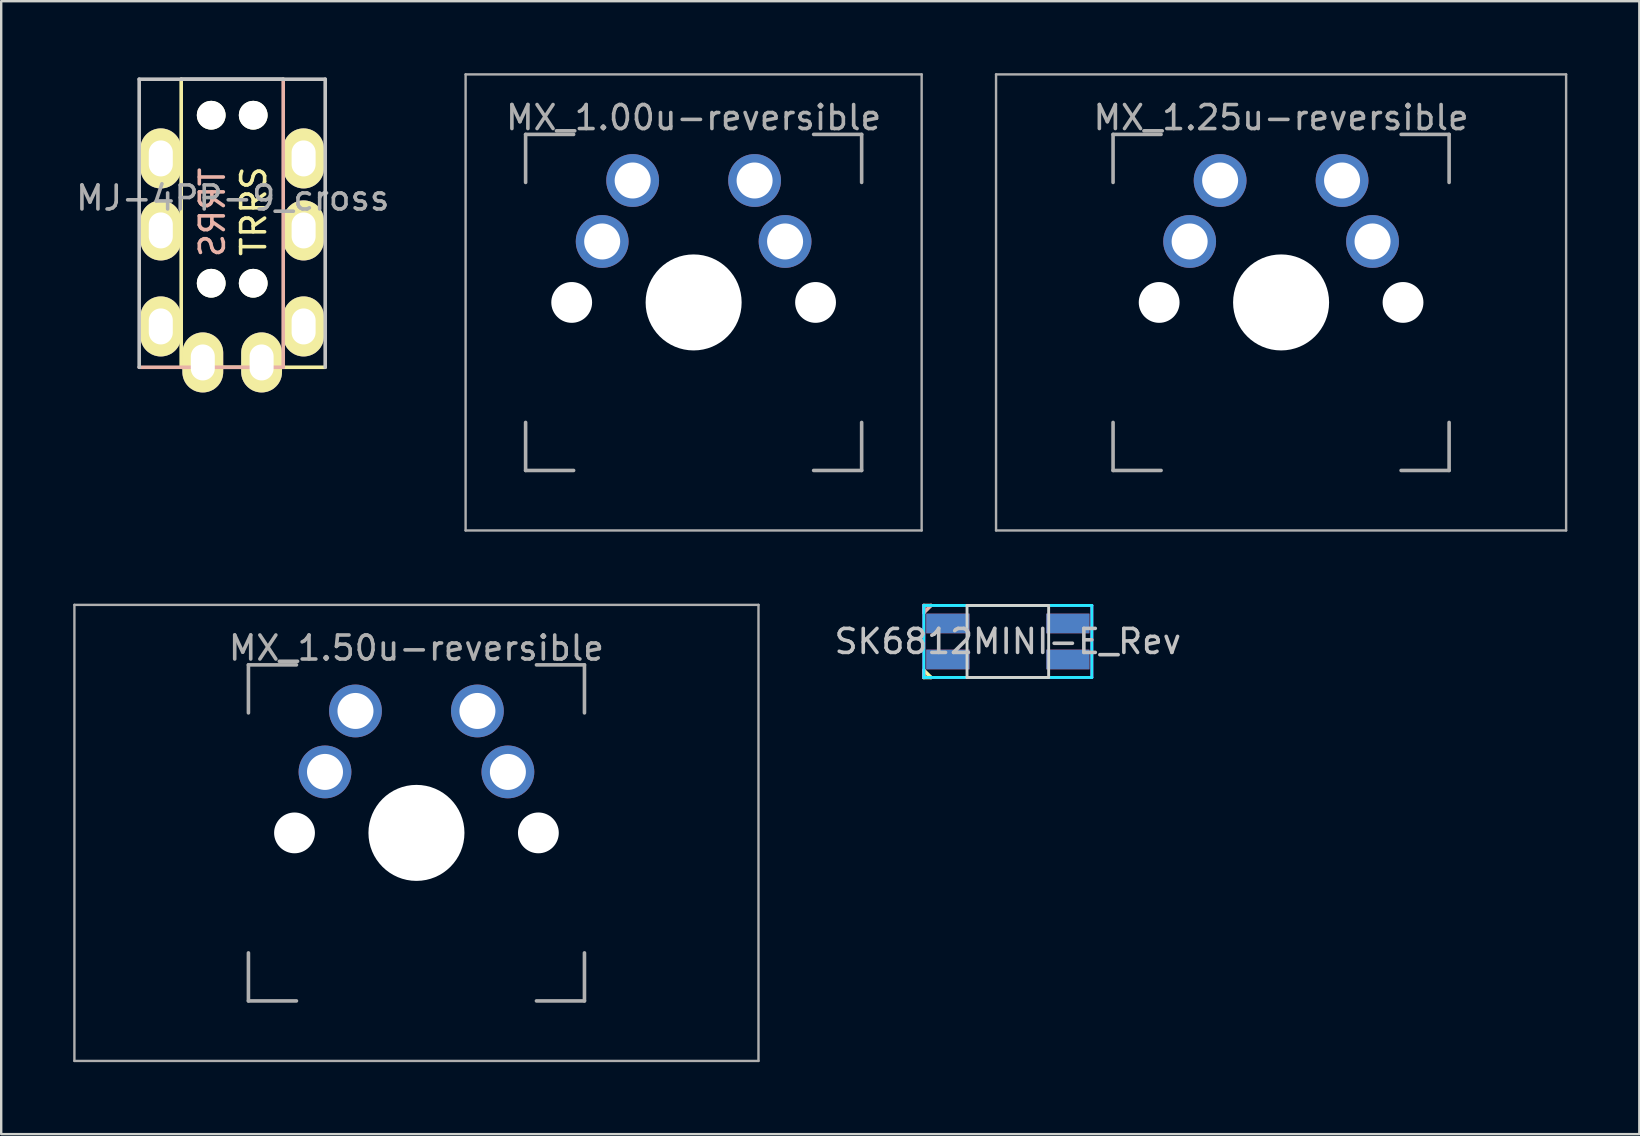
<source format=kicad_pcb>
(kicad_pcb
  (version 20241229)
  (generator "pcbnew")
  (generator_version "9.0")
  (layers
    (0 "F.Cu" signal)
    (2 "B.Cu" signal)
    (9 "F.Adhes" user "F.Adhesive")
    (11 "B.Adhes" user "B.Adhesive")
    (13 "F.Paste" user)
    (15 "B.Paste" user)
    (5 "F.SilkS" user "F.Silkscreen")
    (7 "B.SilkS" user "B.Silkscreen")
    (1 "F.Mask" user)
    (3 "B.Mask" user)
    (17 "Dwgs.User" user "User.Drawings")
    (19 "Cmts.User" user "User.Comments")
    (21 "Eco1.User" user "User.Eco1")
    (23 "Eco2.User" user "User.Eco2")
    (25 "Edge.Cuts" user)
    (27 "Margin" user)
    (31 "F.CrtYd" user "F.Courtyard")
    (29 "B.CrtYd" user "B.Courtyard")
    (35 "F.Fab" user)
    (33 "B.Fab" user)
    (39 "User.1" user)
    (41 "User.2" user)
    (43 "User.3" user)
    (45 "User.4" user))
  (footprint "MX_1.25u-reversible"
    (layer "F.Cu")
    (at 50.323 9.55)
    (property "Reference" "MX_1.25u-reversible" (at 0 -7.7 0) (layer "F.Fab") (effects (font (size 1 1) (thickness 0.15))))
    (attr through_hole)
    (fp_line (start -11.875 -9.5) (end 11.875 -9.5) (stroke (width 0.1) (type solid)) (layer "F.Fab"))
    (fp_line (start -11.875 9.5) (end -11.875 -9.5) (stroke (width 0.1) (type solid)) (layer "F.Fab"))
    (fp_line (start -7 -7) (end -5 -7) (stroke (width 0.15) (type solid)) (layer "F.Fab"))
    (fp_line (start -7 -5) (end -7 -7) (stroke (width 0.15) (type solid)) (layer "F.Fab"))
    (fp_line (start -7 7) (end -7 5) (stroke (width 0.15) (type solid)) (layer "F.Fab"))
    (fp_line (start -7 7) (end -5 7) (stroke (width 0.15) (type solid)) (layer "F.Fab"))
    (fp_line (start 7 -7) (end 5 -7) (stroke (width 0.15) (type solid)) (layer "F.Fab"))
    (fp_line (start 7 -5) (end 7 -7) (stroke (width 0.15) (type solid)) (layer "F.Fab"))
    (fp_line (start 7 7) (end 5 7) (stroke (width 0.15) (type solid)) (layer "F.Fab"))
    (fp_line (start 7 7) (end 7 5) (stroke (width 0.15) (type solid)) (layer "F.Fab"))
    (fp_line (start 11.875 -9.5) (end 11.875 9.5) (stroke (width 0.1) (type solid)) (layer "F.Fab"))
    (fp_line (start 11.875 9.5) (end -11.875 9.5) (stroke (width 0.1) (type solid)) (layer "F.Fab"))
    (pad "" np_thru_hole circle (at -5.08 0) (size 1.7 1.7) (drill 1.7) (layers "*.Cu" "*.Mask"))
    (pad "" np_thru_hole circle (at 0 0) (size 4 4) (drill 4) (layers "*.Cu" "*.Mask"))
    (pad "" np_thru_hole circle (at 5.08 0) (size 1.7 1.7) (drill 1.7) (layers "*.Cu" "*.Mask"))
    (pad "1" thru_hole circle (at -3.81 -2.54) (size 2.2 2.2) (drill 1.5) (layers "*.Cu" "*.Mask"))
    (pad "1" thru_hole circle (at -2.54 -5.08) (size 2.2 2.2) (drill 1.5) (layers "*.Cu" "*.Mask"))
    (pad "2" thru_hole circle (at 2.54 -5.08) (size 2.2 2.2) (drill 1.5) (layers "*.Cu" "*.Mask"))
    (pad "2" thru_hole circle (at 3.81 -2.54) (size 2.2 2.2) (drill 1.5) (layers "*.Cu" "*.Mask")))
  (footprint "MX_1.00u-reversible"
    (layer "F.Cu")
    (at 25.848 9.55)
    (property "Reference" "MX_1.00u-reversible" (at 0 -7.7 0) (layer "F.Fab") (effects (font (size 1 1) (thickness 0.15))))
    (attr through_hole)
    (fp_line (start -9.5 -9.5) (end 9.5 -9.5) (stroke (width 0.1) (type solid)) (layer "F.Fab"))
    (fp_line (start -9.5 9.5) (end -9.5 -9.5) (stroke (width 0.1) (type solid)) (layer "F.Fab"))
    (fp_line (start -7 -7) (end -5 -7) (stroke (width 0.15) (type solid)) (layer "F.Fab"))
    (fp_line (start -7 -5) (end -7 -7) (stroke (width 0.15) (type solid)) (layer "F.Fab"))
    (fp_line (start -7 7) (end -7 5) (stroke (width 0.15) (type solid)) (layer "F.Fab"))
    (fp_line (start -7 7) (end -5 7) (stroke (width 0.15) (type solid)) (layer "F.Fab"))
    (fp_line (start 7 -7) (end 5 -7) (stroke (width 0.15) (type solid)) (layer "F.Fab"))
    (fp_line (start 7 -5) (end 7 -7) (stroke (width 0.15) (type solid)) (layer "F.Fab"))
    (fp_line (start 7 7) (end 5 7) (stroke (width 0.15) (type solid)) (layer "F.Fab"))
    (fp_line (start 7 7) (end 7 5) (stroke (width 0.15) (type solid)) (layer "F.Fab"))
    (fp_line (start 9.5 -9.5) (end 9.5 9.5) (stroke (width 0.1) (type solid)) (layer "F.Fab"))
    (fp_line (start 9.5 9.5) (end -9.5 9.5) (stroke (width 0.1) (type solid)) (layer "F.Fab"))
    (pad "" np_thru_hole circle (at -5.08 0) (size 1.7 1.7) (drill 1.7) (layers "*.Cu" "*.Mask"))
    (pad "" np_thru_hole circle (at 0 0) (size 4 4) (drill 4) (layers "*.Cu" "*.Mask"))
    (pad "" np_thru_hole circle (at 5.08 0) (size 1.7 1.7) (drill 1.7) (layers "*.Cu" "*.Mask"))
    (pad "1" thru_hole circle (at -3.81 -2.54) (size 2.2 2.2) (drill 1.5) (layers "*.Cu" "*.Mask"))
    (pad "1" thru_hole circle (at -2.54 -5.08) (size 2.2 2.2) (drill 1.5) (layers "*.Cu" "*.Mask"))
    (pad "2" thru_hole circle (at 2.54 -5.08) (size 2.2 2.2) (drill 1.5) (layers "*.Cu" "*.Mask"))
    (pad "2" thru_hole circle (at 3.81 -2.54) (size 2.2 2.2) (drill 1.5) (layers "*.Cu" "*.Mask")))
  (footprint "MX_1.50u-reversible"
    (layer "F.Cu")
    (at 14.3 31.65)
    (property "Reference" "MX_1.50u-reversible" (at 0 -7.7 0) (layer "F.Fab") (effects (font (size 1 1) (thickness 0.15))))
    (attr through_hole)
    (fp_line (start -14.25 -9.5) (end 14.25 -9.5) (stroke (width 0.1) (type solid)) (layer "F.Fab"))
    (fp_line (start -14.25 9.5) (end -14.25 -9.5) (stroke (width 0.1) (type solid)) (layer "F.Fab"))
    (fp_line (start -7 -7) (end -5 -7) (stroke (width 0.15) (type solid)) (layer "F.Fab"))
    (fp_line (start -7 -5) (end -7 -7) (stroke (width 0.15) (type solid)) (layer "F.Fab"))
    (fp_line (start -7 7) (end -7 5) (stroke (width 0.15) (type solid)) (layer "F.Fab"))
    (fp_line (start -7 7) (end -5 7) (stroke (width 0.15) (type solid)) (layer "F.Fab"))
    (fp_line (start 7 -7) (end 5 -7) (stroke (width 0.15) (type solid)) (layer "F.Fab"))
    (fp_line (start 7 -5) (end 7 -7) (stroke (width 0.15) (type solid)) (layer "F.Fab"))
    (fp_line (start 7 7) (end 5 7) (stroke (width 0.15) (type solid)) (layer "F.Fab"))
    (fp_line (start 7 7) (end 7 5) (stroke (width 0.15) (type solid)) (layer "F.Fab"))
    (fp_line (start 14.25 -9.5) (end 14.25 9.5) (stroke (width 0.1) (type solid)) (layer "F.Fab"))
    (fp_line (start 14.25 9.5) (end -14.25 9.5) (stroke (width 0.1) (type solid)) (layer "F.Fab"))
    (pad "" np_thru_hole circle (at -5.08 0) (size 1.7 1.7) (drill 1.7) (layers "*.Cu" "*.Mask"))
    (pad "" np_thru_hole circle (at 0 0) (size 4 4) (drill 4) (layers "*.Cu" "*.Mask"))
    (pad "" np_thru_hole circle (at 5.08 0) (size 1.7 1.7) (drill 1.7) (layers "*.Cu" "*.Mask"))
    (pad "1" thru_hole circle (at -3.81 -2.54) (size 2.2 2.2) (drill 1.5) (layers "*.Cu" "*.Mask"))
    (pad "1" thru_hole circle (at -2.54 -5.08) (size 2.2 2.2) (drill 1.5) (layers "*.Cu" "*.Mask"))
    (pad "2" thru_hole circle (at 2.54 -5.08) (size 2.2 2.2) (drill 1.5) (layers "*.Cu" "*.Mask"))
    (pad "2" thru_hole circle (at 3.81 -2.54) (size 2.2 2.2) (drill 1.5) (layers "*.Cu" "*.Mask")))
  (footprint "MJ-4PP-9_cross"
    (layer "F.Cu")
    (at 7.499 0.25)
    (property "Reference" "MJ-4PP-9_cross" (at -0.85 4.95 180) (layer "F.Fab") (effects (font (size 1 1) (thickness 0.15))))
    (attr through_hole)
    (fp_line (start -3 12) (end -3 0) (stroke (width 0.15) (type solid)) (layer "F.SilkS"))
    (fp_line (start 3 12) (end -3 12) (stroke (width 0.15) (type solid)) (layer "F.SilkS"))
    (fp_line (start 1.25 0) (end 1.25 12) (stroke (width 0.15) (type solid)) (layer "B.SilkS"))
    (fp_line (start 1.25 12) (end -4.75 12) (stroke (width 0.15) (type solid)) (layer "B.SilkS"))
    (fp_line (start -4.75 0) (end 1.25 0) (stroke (width 0.15) (type solid)) (layer "Dwgs.User"))
    (fp_line (start -4.75 12) (end -4.75 0) (stroke (width 0.15) (type solid)) (layer "Dwgs.User"))
    (fp_line (start -3 0) (end 3 0) (stroke (width 0.15) (type solid)) (layer "Dwgs.User"))
    (fp_line (start 3 0) (end 3 12) (stroke (width 0.15) (type solid)) (layer "Dwgs.User"))
    (fp_text user "TRRS" (at 0.02 5.5 90) (layer "F.SilkS") (effects (font (size 1 1) (thickness 0.15))))
    (fp_text user "TRRS" (at -1.7 5.55 270) (layer "B.SilkS") (effects (font (size 1 1) (thickness 0.15)) (justify mirror)))
    (pad "" np_thru_hole circle (at -1.75 1.5) (size 1.2 1.2) (drill 1.2) (layers "*.Cu" "*.Mask" "F.SilkS"))
    (pad "" np_thru_hole circle (at -1.75 8.5) (size 1.2 1.2) (drill 1.2) (layers "*.Cu" "*.Mask" "F.SilkS"))
    (pad "" np_thru_hole circle (at 0 1.5) (size 1.2 1.2) (drill 1.2) (layers "*.Cu" "*.Mask" "F.SilkS"))
    (pad "" np_thru_hole circle (at 0 8.5) (size 1.2 1.2) (drill 1.2) (layers "*.Cu" "*.Mask" "F.SilkS"))
    (pad "R1" thru_hole oval (at -3.85 3.3) (size 1.7 2.5) (drill oval 1 1.5) (layers "*.Cu" "*.Mask" "F.SilkS"))
    (pad "R1" thru_hole oval (at 2.1 6.3) (size 1.7 2.5) (drill oval 1 1.5) (layers "*.Cu" "*.Mask" "F.SilkS"))
    (pad "R2" thru_hole oval (at -3.85 6.3 180) (size 1.7 2.5) (drill oval 1 1.5) (layers "*.Cu" "*.Mask" "F.SilkS"))
    (pad "R2" thru_hole oval (at 2.1 3.3 180) (size 1.7 2.5) (drill oval 1 1.5) (layers "*.Cu" "*.Mask" "F.SilkS"))
    (pad "S" thru_hole oval (at -3.85 10.3) (size 1.7 2.5) (drill oval 1 1.5) (layers "*.Cu" "*.Mask" "F.SilkS"))
    (pad "S" thru_hole oval (at 2.1 10.3) (size 1.7 2.5) (drill oval 1 1.5) (layers "*.Cu" "*.Mask" "F.SilkS"))
    (pad "T" thru_hole oval (at -2.1 11.8) (size 1.7 2.5) (drill oval 1 1.5) (layers "*.Cu" "*.Mask" "F.SilkS"))
    (pad "T" thru_hole oval (at 0.35 11.8) (size 1.7 2.5) (drill oval 1 1.5) (layers "*.Cu" "*.Mask" "F.SilkS")))
  (footprint "SK6812MINI-E_Rev"
    (layer "F.Cu")
    (at 38.939 23.675)
    (property "Reference" "SK6812MINI-E_Rev" (at 0 0 0) (unlocked yes) (layer "Dwgs.User") (effects (font (size 1 1) (thickness 0.15))))
    (attr through_hole)
    (fp_line (start -3.5 1.2) (end -3.2 1.5) (stroke (width 0.15) (type solid)) (layer "F.SilkS"))
    (fp_line (start -3.5 1.5) (end -3.5 1.2) (stroke (width 0.15) (type solid)) (layer "F.SilkS"))
    (fp_line (start -3.2 1.5) (end -3.5 1.5) (stroke (width 0.15) (type solid)) (layer "F.SilkS"))
    (fp_line (start -3.5 -1.5) (end -3.5 -1.2) (stroke (width 0.15) (type solid)) (layer "B.SilkS"))
    (fp_line (start -3.5 -1.2) (end -3.2 -1.5) (stroke (width 0.15) (type solid)) (layer "B.SilkS"))
    (fp_line (start -3.2 -1.5) (end -3.5 -1.5) (stroke (width 0.15) (type solid)) (layer "B.SilkS"))
    (fp_line (start -1.7 -1.5) (end 1.7 -1.5) (stroke (width 0.12) (type solid)) (layer "Edge.Cuts"))
    (fp_line (start -1.7 1.5) (end -1.7 -1.5) (stroke (width 0.12) (type solid)) (layer "Edge.Cuts"))
    (fp_line (start -1.7 1.5) (end 1.7 1.5) (stroke (width 0.12) (type solid)) (layer "Edge.Cuts"))
    (fp_line (start 1.7 1.5) (end 1.7 -1.5) (stroke (width 0.12) (type solid)) (layer "Edge.Cuts"))
    (fp_line (start -3.5 -1.5) (end 3.5 -1.5) (stroke (width 0.12) (type solid)) (layer "B.CrtYd"))
    (fp_line (start -3.5 1.5) (end -3.5 -1.5) (stroke (width 0.12) (type solid)) (layer "B.CrtYd"))
    (fp_line (start 3.5 -1.5) (end 3.5 1.5) (stroke (width 0.12) (type solid)) (layer "B.CrtYd"))
    (fp_line (start 3.5 1.5) (end -3.5 1.5) (stroke (width 0.12) (type solid)) (layer "B.CrtYd"))
    (fp_line (start -3.5 -1.5) (end -3.5 1.5) (stroke (width 0.12) (type solid)) (layer "F.CrtYd"))
    (fp_line (start -3.5 1.5) (end 3.5 1.5) (stroke (width 0.12) (type solid)) (layer "F.CrtYd"))
    (fp_line (start 3.5 -1.5) (end -3.5 -1.5) (stroke (width 0.12) (type solid)) (layer "F.CrtYd"))
    (fp_line (start 3.5 1.5) (end 3.5 -1.5) (stroke (width 0.12) (type solid)) (layer "F.CrtYd"))
    (pad "1" smd rect (at 2.5 -0.75) (size 1.8 0.82) (layers "F.Cu" "F.Mask" "F.Paste"))
    (pad "1" smd rect (at 2.5 0.75 180) (size 1.8 0.82) (layers "B.Cu" "B.Mask" "B.Paste"))
    (pad "2" smd rect (at 2.5 -0.75 180) (size 1.8 0.82) (layers "B.Cu" "B.Mask" "B.Paste"))
    (pad "2" smd rect (at 2.5 0.75) (size 1.8 0.82) (layers "F.Cu" "F.Mask" "F.Paste"))
    (pad "3" smd rect (at -2.5 -0.75 180) (size 1.8 0.82) (layers "B.Cu" "B.Mask" "B.Paste"))
    (pad "3" smd rect (at -2.5 0.75) (size 1.8 0.82) (layers "F.Cu" "F.Mask" "F.Paste"))
    (pad "4" smd rect (at -2.5 -0.75) (size 1.8 0.82) (layers "F.Cu" "F.Mask" "F.Paste"))
    (pad "4" smd rect (at -2.5 0.75 180) (size 1.8 0.82) (layers "B.Cu" "B.Mask" "B.Paste")))
  (gr_rect
    (start -3 -3)
    (end 65.248 44.2)
    (stroke (width 0.1) (type default))
    (fill no)
    (layer "Edge.Cuts")))
</source>
